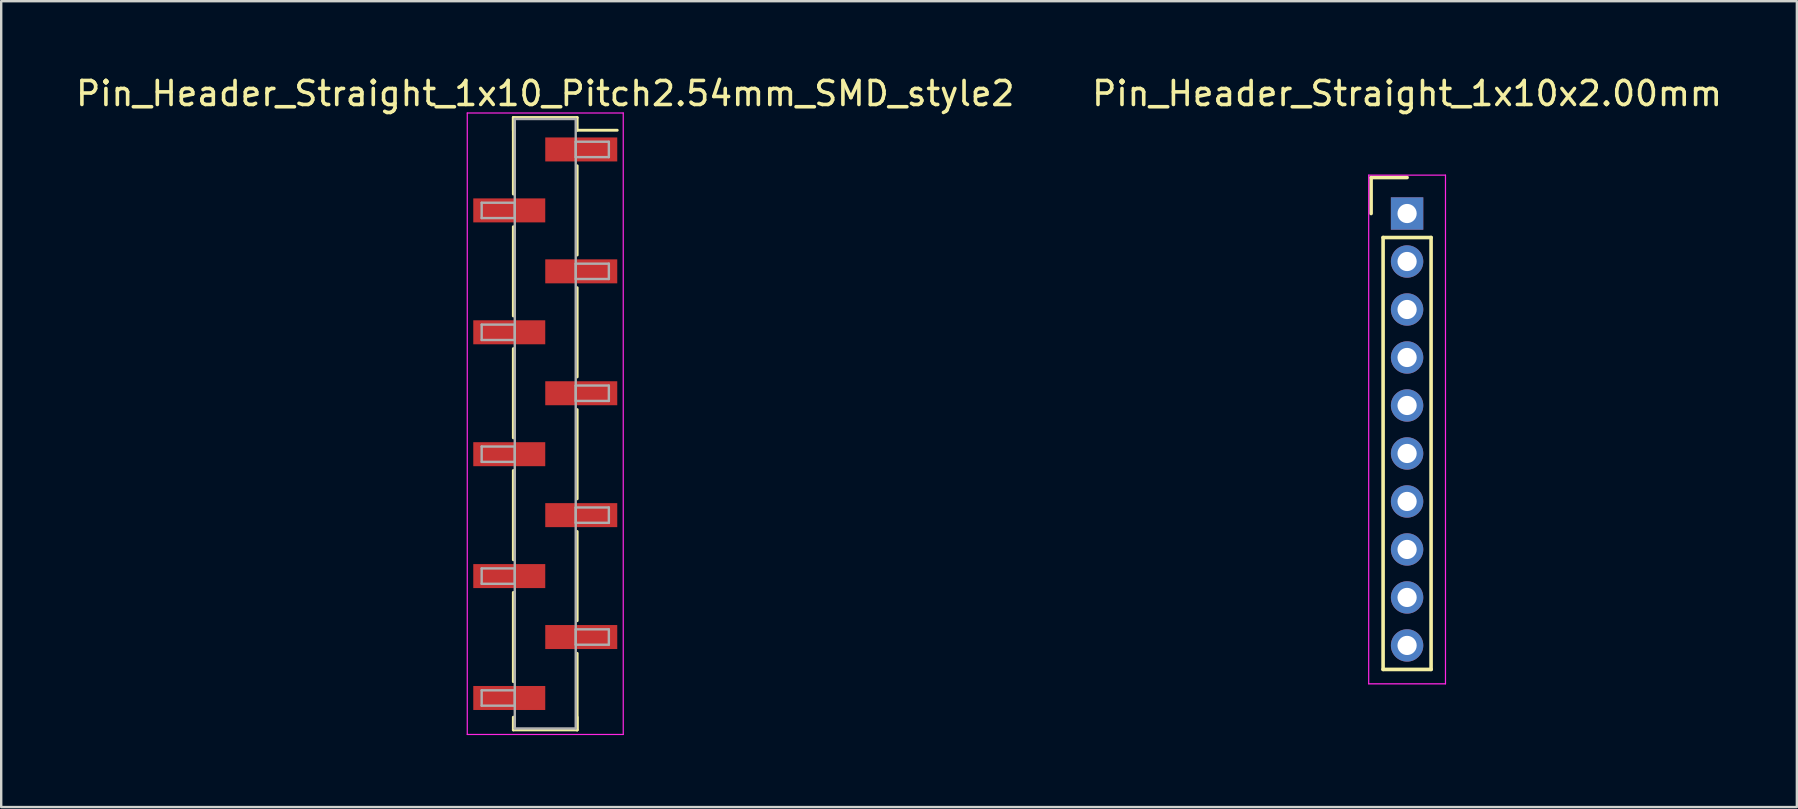
<source format=kicad_pcb>
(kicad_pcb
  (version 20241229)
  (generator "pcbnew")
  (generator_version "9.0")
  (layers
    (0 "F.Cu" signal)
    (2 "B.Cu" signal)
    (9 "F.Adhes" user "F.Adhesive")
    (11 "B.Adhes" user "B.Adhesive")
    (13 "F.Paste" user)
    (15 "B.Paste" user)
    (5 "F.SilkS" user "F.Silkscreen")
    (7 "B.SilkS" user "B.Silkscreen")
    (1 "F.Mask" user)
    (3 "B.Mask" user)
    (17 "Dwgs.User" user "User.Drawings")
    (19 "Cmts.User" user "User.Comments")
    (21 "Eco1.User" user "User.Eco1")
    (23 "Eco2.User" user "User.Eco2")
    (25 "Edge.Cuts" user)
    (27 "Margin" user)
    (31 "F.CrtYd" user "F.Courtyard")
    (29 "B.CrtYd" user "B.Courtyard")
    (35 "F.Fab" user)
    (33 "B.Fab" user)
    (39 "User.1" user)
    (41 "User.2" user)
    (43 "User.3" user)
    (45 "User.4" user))
  (footprint "Pin_Header_Straight_1x10x2.00mm"
    (layer "F.Cu")
    (at 55.589 5.848)
    (property "Reference" "Pin_Header_Straight_1x10x2.00mm" (at 0 -5 0) (layer "F.SilkS") (effects (font (size 1 1) (thickness 0.15))))
    (attr through_hole)
    (fp_line (start -1.5 -1.5) (end 0 -1.5) (stroke (width 0.15) (type solid)) (layer "F.SilkS"))
    (fp_line (start -1.5 0) (end -1.5 -1.5) (stroke (width 0.15) (type solid)) (layer "F.SilkS"))
    (fp_line (start -1 1) (end 1 1) (stroke (width 0.15) (type solid)) (layer "F.SilkS"))
    (fp_line (start -1 19) (end -1 1) (stroke (width 0.15) (type solid)) (layer "F.SilkS"))
    (fp_line (start 1 1) (end 1 19) (stroke (width 0.15) (type solid)) (layer "F.SilkS"))
    (fp_line (start 1 19) (end -1 19) (stroke (width 0.15) (type solid)) (layer "F.SilkS"))
    (fp_line (start -1.6 -1.6) (end 1.6 -1.6) (stroke (width 0.05) (type solid)) (layer "F.CrtYd"))
    (fp_line (start -1.6 19.6) (end -1.6 -1.6) (stroke (width 0.05) (type solid)) (layer "F.CrtYd"))
    (fp_line (start 1.6 -1.6) (end 1.6 19.6) (stroke (width 0.05) (type solid)) (layer "F.CrtYd"))
    (fp_line (start 1.6 19.6) (end -1.6 19.6) (stroke (width 0.05) (type solid)) (layer "F.CrtYd"))
    (pad "1" thru_hole rect (at 0 0) (size 1.35 1.35) (drill 0.8) (layers "*.Cu" "*.Mask"))
    (pad "2" thru_hole circle (at 0 2) (size 1.35 1.35) (drill 0.8) (layers "*.Cu" "*.Mask"))
    (pad "3" thru_hole circle (at 0 4) (size 1.35 1.35) (drill 0.8) (layers "*.Cu" "*.Mask"))
    (pad "4" thru_hole circle (at 0 6) (size 1.35 1.35) (drill 0.8) (layers "*.Cu" "*.Mask"))
    (pad "5" thru_hole circle (at 0 8) (size 1.35 1.35) (drill 0.8) (layers "*.Cu" "*.Mask"))
    (pad "6" thru_hole circle (at 0 10) (size 1.35 1.35) (drill 0.8) (layers "*.Cu" "*.Mask"))
    (pad "7" thru_hole circle (at 0 12) (size 1.35 1.35) (drill 0.8) (layers "*.Cu" "*.Mask"))
    (pad "8" thru_hole circle (at 0 14) (size 1.35 1.35) (drill 0.8) (layers "*.Cu" "*.Mask"))
    (pad "9" thru_hole circle (at 0 16) (size 1.35 1.35) (drill 0.8) (layers "*.Cu" "*.Mask"))
    (pad "10" thru_hole circle (at 0 18) (size 1.35 1.35) (drill 0.8) (layers "*.Cu" "*.Mask")))
  (footprint "Pin_Header_Straight_1x10_Pitch2.54mm_SMD_style2"
    (layer "F.Cu")
    (at 19.673 14.608)
    (property "Reference" "Pin_Header_Straight_1x10_Pitch2.54mm_SMD_style2" (at 0 -13.76 0) (layer "F.SilkS") (effects (font (size 1 1) (thickness 0.15))))
    (attr smd)
    (fp_line (start -1.33 -12.76) (end -1.33 -9.57) (stroke (width 0.12) (type solid)) (layer "F.SilkS"))
    (fp_line (start -1.33 -12.76) (end 1.33 -12.76) (stroke (width 0.12) (type solid)) (layer "F.SilkS"))
    (fp_line (start -1.33 -12.23) (end -1.33 -12.76) (stroke (width 0.12) (type solid)) (layer "F.SilkS"))
    (fp_line (start -1.33 -8.21) (end -1.33 -4.49) (stroke (width 0.12) (type solid)) (layer "F.SilkS"))
    (fp_line (start -1.33 -3.13) (end -1.33 0.59) (stroke (width 0.12) (type solid)) (layer "F.SilkS"))
    (fp_line (start -1.33 1.95) (end -1.33 5.67) (stroke (width 0.12) (type solid)) (layer "F.SilkS"))
    (fp_line (start -1.33 7.03) (end -1.33 10.75) (stroke (width 0.12) (type solid)) (layer "F.SilkS"))
    (fp_line (start -1.33 12.23) (end -1.33 12.76) (stroke (width 0.12) (type solid)) (layer "F.SilkS"))
    (fp_line (start -1.33 12.76) (end 1.33 12.76) (stroke (width 0.12) (type solid)) (layer "F.SilkS"))
    (fp_line (start 1.33 -12.76) (end 1.33 -12.23) (stroke (width 0.12) (type solid)) (layer "F.SilkS"))
    (fp_line (start 1.33 -12.23) (end 3 -12.23) (stroke (width 0.12) (type solid)) (layer "F.SilkS"))
    (fp_line (start 1.33 -10.75) (end 1.33 -7.03) (stroke (width 0.12) (type solid)) (layer "F.SilkS"))
    (fp_line (start 1.33 -5.67) (end 1.33 -1.95) (stroke (width 0.12) (type solid)) (layer "F.SilkS"))
    (fp_line (start 1.33 -0.59) (end 1.33 3.13) (stroke (width 0.12) (type solid)) (layer "F.SilkS"))
    (fp_line (start 1.33 4.49) (end 1.33 8.21) (stroke (width 0.12) (type solid)) (layer "F.SilkS"))
    (fp_line (start 1.33 9.57) (end 1.33 12.76) (stroke (width 0.12) (type solid)) (layer "F.SilkS"))
    (fp_line (start 1.33 12.76) (end 1.33 12.23) (stroke (width 0.12) (type solid)) (layer "F.SilkS"))
    (fp_line (start -3.25 -12.95) (end -3.25 12.95) (stroke (width 0.05) (type solid)) (layer "F.CrtYd"))
    (fp_line (start -3.25 12.95) (end 3.25 12.95) (stroke (width 0.05) (type solid)) (layer "F.CrtYd"))
    (fp_line (start 3.25 -12.95) (end -3.25 -12.95) (stroke (width 0.05) (type solid)) (layer "F.CrtYd"))
    (fp_line (start 3.25 12.95) (end 3.25 -12.95) (stroke (width 0.05) (type solid)) (layer "F.CrtYd"))
    (fp_line (start -2.65 -9.21) (end -1.27 -9.21) (stroke (width 0.1) (type solid)) (layer "F.Fab"))
    (fp_line (start -2.65 -8.57) (end -2.65 -9.21) (stroke (width 0.1) (type solid)) (layer "F.Fab"))
    (fp_line (start -2.65 -4.13) (end -1.27 -4.13) (stroke (width 0.1) (type solid)) (layer "F.Fab"))
    (fp_line (start -2.65 -3.49) (end -2.65 -4.13) (stroke (width 0.1) (type solid)) (layer "F.Fab"))
    (fp_line (start -2.65 0.95) (end -1.27 0.95) (stroke (width 0.1) (type solid)) (layer "F.Fab"))
    (fp_line (start -2.65 1.59) (end -2.65 0.95) (stroke (width 0.1) (type solid)) (layer "F.Fab"))
    (fp_line (start -2.65 6.03) (end -1.27 6.03) (stroke (width 0.1) (type solid)) (layer "F.Fab"))
    (fp_line (start -2.65 6.67) (end -2.65 6.03) (stroke (width 0.1) (type solid)) (layer "F.Fab"))
    (fp_line (start -2.65 11.11) (end -1.27 11.11) (stroke (width 0.1) (type solid)) (layer "F.Fab"))
    (fp_line (start -2.65 11.75) (end -2.65 11.11) (stroke (width 0.1) (type solid)) (layer "F.Fab"))
    (fp_line (start -1.27 -12.7) (end -1.27 12.7) (stroke (width 0.1) (type solid)) (layer "F.Fab"))
    (fp_line (start -1.27 -9.21) (end -1.27 -8.57) (stroke (width 0.1) (type solid)) (layer "F.Fab"))
    (fp_line (start -1.27 -8.57) (end -2.65 -8.57) (stroke (width 0.1) (type solid)) (layer "F.Fab"))
    (fp_line (start -1.27 -4.13) (end -1.27 -3.49) (stroke (width 0.1) (type solid)) (layer "F.Fab"))
    (fp_line (start -1.27 -3.49) (end -2.65 -3.49) (stroke (width 0.1) (type solid)) (layer "F.Fab"))
    (fp_line (start -1.27 0.95) (end -1.27 1.59) (stroke (width 0.1) (type solid)) (layer "F.Fab"))
    (fp_line (start -1.27 1.59) (end -2.65 1.59) (stroke (width 0.1) (type solid)) (layer "F.Fab"))
    (fp_line (start -1.27 6.03) (end -1.27 6.67) (stroke (width 0.1) (type solid)) (layer "F.Fab"))
    (fp_line (start -1.27 6.67) (end -2.65 6.67) (stroke (width 0.1) (type solid)) (layer "F.Fab"))
    (fp_line (start -1.27 11.11) (end -1.27 11.75) (stroke (width 0.1) (type solid)) (layer "F.Fab"))
    (fp_line (start -1.27 11.75) (end -2.65 11.75) (stroke (width 0.1) (type solid)) (layer "F.Fab"))
    (fp_line (start -1.27 12.7) (end 1.27 12.7) (stroke (width 0.1) (type solid)) (layer "F.Fab"))
    (fp_line (start 1.27 -12.7) (end -1.27 -12.7) (stroke (width 0.1) (type solid)) (layer "F.Fab"))
    (fp_line (start 1.27 -11.75) (end 1.27 -11.11) (stroke (width 0.1) (type solid)) (layer "F.Fab"))
    (fp_line (start 1.27 -11.11) (end 2.65 -11.11) (stroke (width 0.1) (type solid)) (layer "F.Fab"))
    (fp_line (start 1.27 -6.67) (end 1.27 -6.03) (stroke (width 0.1) (type solid)) (layer "F.Fab"))
    (fp_line (start 1.27 -6.03) (end 2.65 -6.03) (stroke (width 0.1) (type solid)) (layer "F.Fab"))
    (fp_line (start 1.27 -1.59) (end 1.27 -0.95) (stroke (width 0.1) (type solid)) (layer "F.Fab"))
    (fp_line (start 1.27 -0.95) (end 2.65 -0.95) (stroke (width 0.1) (type solid)) (layer "F.Fab"))
    (fp_line (start 1.27 3.49) (end 1.27 4.13) (stroke (width 0.1) (type solid)) (layer "F.Fab"))
    (fp_line (start 1.27 4.13) (end 2.65 4.13) (stroke (width 0.1) (type solid)) (layer "F.Fab"))
    (fp_line (start 1.27 8.57) (end 1.27 9.21) (stroke (width 0.1) (type solid)) (layer "F.Fab"))
    (fp_line (start 1.27 9.21) (end 2.65 9.21) (stroke (width 0.1) (type solid)) (layer "F.Fab"))
    (fp_line (start 1.27 12.7) (end 1.27 -12.7) (stroke (width 0.1) (type solid)) (layer "F.Fab"))
    (fp_line (start 2.65 -11.75) (end 1.27 -11.75) (stroke (width 0.1) (type solid)) (layer "F.Fab"))
    (fp_line (start 2.65 -11.11) (end 2.65 -11.75) (stroke (width 0.1) (type solid)) (layer "F.Fab"))
    (fp_line (start 2.65 -6.67) (end 1.27 -6.67) (stroke (width 0.1) (type solid)) (layer "F.Fab"))
    (fp_line (start 2.65 -6.03) (end 2.65 -6.67) (stroke (width 0.1) (type solid)) (layer "F.Fab"))
    (fp_line (start 2.65 -1.59) (end 1.27 -1.59) (stroke (width 0.1) (type solid)) (layer "F.Fab"))
    (fp_line (start 2.65 -0.95) (end 2.65 -1.59) (stroke (width 0.1) (type solid)) (layer "F.Fab"))
    (fp_line (start 2.65 3.49) (end 1.27 3.49) (stroke (width 0.1) (type solid)) (layer "F.Fab"))
    (fp_line (start 2.65 4.13) (end 2.65 3.49) (stroke (width 0.1) (type solid)) (layer "F.Fab"))
    (fp_line (start 2.65 8.57) (end 1.27 8.57) (stroke (width 0.1) (type solid)) (layer "F.Fab"))
    (fp_line (start 2.65 9.21) (end 2.65 8.57) (stroke (width 0.1) (type solid)) (layer "F.Fab"))
    (pad "1" smd rect (at 1.5 -11.43) (size 3 1) (layers "F.Cu" "F.Mask"))
    (pad "2" smd rect (at -1.5 -8.89) (size 3 1) (layers "F.Cu" "F.Mask"))
    (pad "3" smd rect (at 1.5 -6.35) (size 3 1) (layers "F.Cu" "F.Mask"))
    (pad "4" smd rect (at -1.5 -3.81) (size 3 1) (layers "F.Cu" "F.Mask"))
    (pad "5" smd rect (at 1.5 -1.27) (size 3 1) (layers "F.Cu" "F.Mask"))
    (pad "6" smd rect (at -1.5 1.27) (size 3 1) (layers "F.Cu" "F.Mask"))
    (pad "7" smd rect (at 1.5 3.81) (size 3 1) (layers "F.Cu" "F.Mask"))
    (pad "8" smd rect (at -1.5 6.35) (size 3 1) (layers "F.Cu" "F.Mask"))
    (pad "9" smd rect (at 1.5 8.89) (size 3 1) (layers "F.Cu" "F.Mask"))
    (pad "10" smd rect (at -1.5 11.43) (size 3 1) (layers "F.Cu" "F.Mask")))
  (gr_rect
    (start -3 -3)
    (end 71.833 30.583)
    (stroke (width 0.1) (type default))
    (fill no)
    (layer "Edge.Cuts")))
</source>
